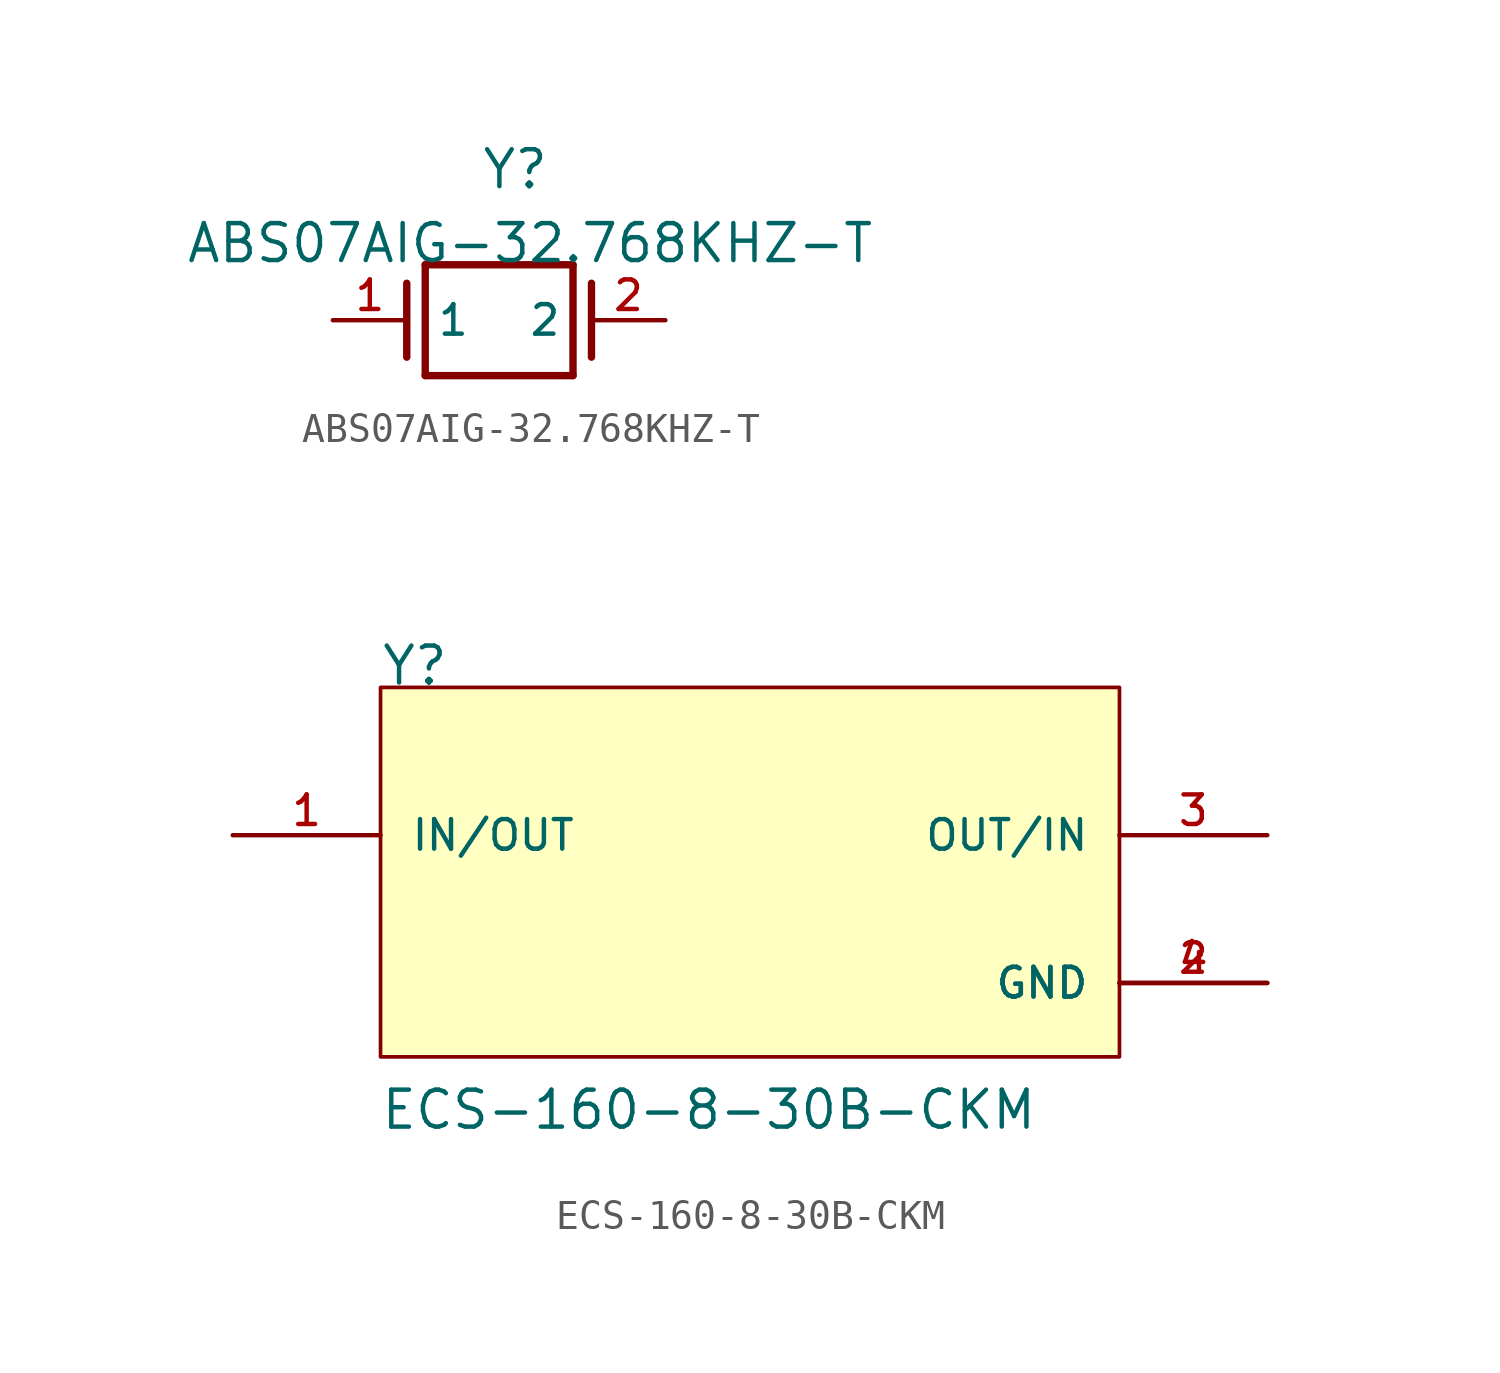
<source format=kicad_sym>
(kicad_symbol_lib
  (version 20220914)
  (generator kicad_symbol_editor)
  (symbol "ABS07AIG-32.768KHZ-T"
    (pin_names
      (offset 1.016))
    (property "Reference" "Y"
      (at -0.635 4.445 0)
      (effects (font (size 1.27 1.27)) (justify left bottom)))
    (property "Value" "ABS07AIG-32.768KHZ-T"
      (at -10.795 1.905 0)
      (effects (font (size 1.27 1.27)) (justify left bottom)))
    (symbol "ABS07AIG-32.768KHZ-T_0_0"
      (polyline (pts (xy -3.175 1.27) (xy -3.175 -1.27)) (stroke (width 0.254) (type default)) (fill (type none)))
      (polyline (pts (xy -2.54 -1.905) (xy -2.54 1.905)) (stroke (width 0.254) (type default)) (fill (type none)))
      (polyline (pts (xy -2.54 1.905) (xy 2.54 1.905)) (stroke (width 0.254) (type default)) (fill (type none)))
      (polyline (pts (xy 2.54 -1.905) (xy -2.54 -1.905)) (stroke (width 0.254) (type default)) (fill (type none)))
      (polyline (pts (xy 2.54 1.905) (xy 2.54 -1.905)) (stroke (width 0.254) (type default)) (fill (type none)))
      (polyline (pts (xy 3.175 1.27) (xy 3.175 -1.27)) (stroke (width 0.254) (type default)) (fill (type none))))
    (symbol "ABS07AIG-32.768KHZ-T_1_0"
      (pin passive line (at -5.715 0 0) (length 2.54) (name "1" (effects (font (size 1.016 1.016)))) (number "1" (effects (font (size 1.016 1.016)))))
      (pin passive line (at 5.715 0 180) (length 2.54) (name "2" (effects (font (size 1.016 1.016)))) (number "2" (effects (font (size 1.016 1.016)))))))
  (symbol "ECS-160-8-30B-CKM"
    (pin_names
      (offset 1.016))
    (property "Reference" "Y"
      (at -12.708 7.625 0)
      (effects (font (size 1.27 1.27)) (justify left bottom)))
    (property "Value" "ECS-160-8-30B-CKM"
      (at -12.733 -7.64 0)
      (effects (font (size 1.27 1.27)) (justify left bottom)))
    (symbol "ECS-160-8-30B-CKM_0_0"
      (rectangle (start -12.7 -5.08) (end 12.7 7.62) (stroke (width 0.127) (type default)) (fill (type background)))
      (pin bidirectional line (at -17.78 2.54 0) (length 5.08) (name "IN/OUT" (effects (font (size 1.016 1.016)))) (number "1" (effects (font (size 1.016 1.016)))))
      (pin power_in line (at 17.78 -2.54 180) (length 5.08) (name "GND" (effects (font (size 1.016 1.016)))) (number "2" (effects (font (size 1.016 1.016)))))
      (pin bidirectional line (at 17.78 2.54 180) (length 5.08) (name "OUT/IN" (effects (font (size 1.016 1.016)))) (number "3" (effects (font (size 1.016 1.016)))))
      (pin power_in line (at 17.78 -2.54 180) (length 5.08) (name "GND" (effects (font (size 1.016 1.016)))) (number "4" (effects (font (size 1.016 1.016))))))))
</source>
